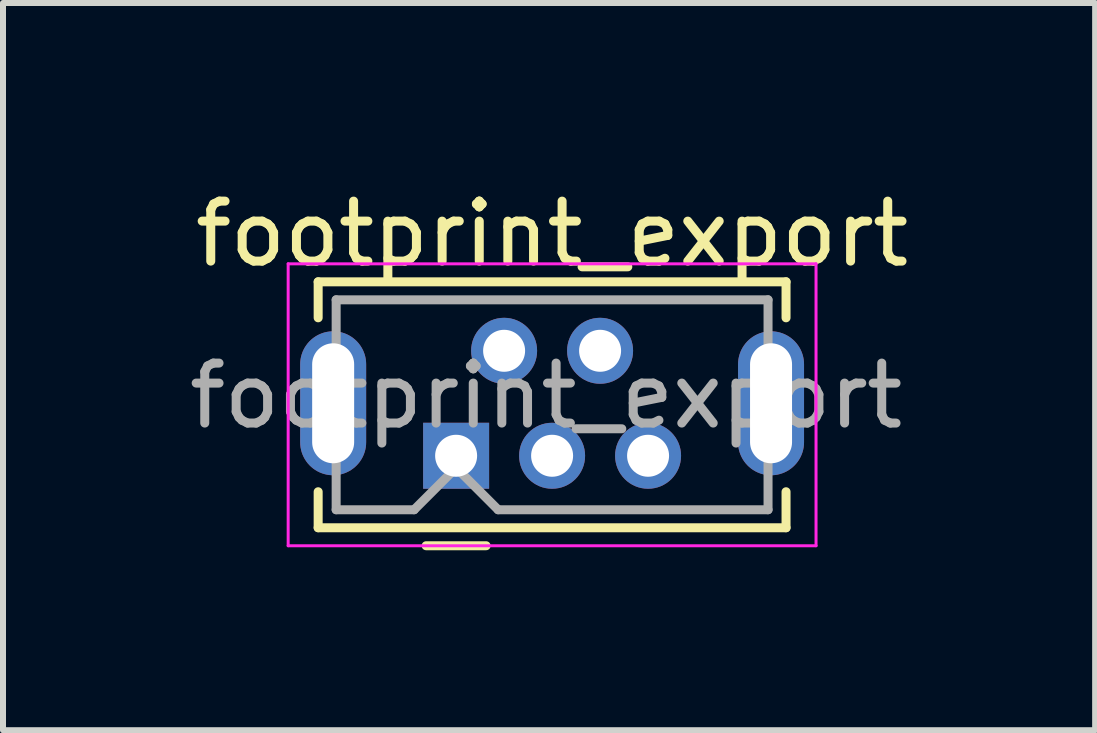
<source format=kicad_pcb>
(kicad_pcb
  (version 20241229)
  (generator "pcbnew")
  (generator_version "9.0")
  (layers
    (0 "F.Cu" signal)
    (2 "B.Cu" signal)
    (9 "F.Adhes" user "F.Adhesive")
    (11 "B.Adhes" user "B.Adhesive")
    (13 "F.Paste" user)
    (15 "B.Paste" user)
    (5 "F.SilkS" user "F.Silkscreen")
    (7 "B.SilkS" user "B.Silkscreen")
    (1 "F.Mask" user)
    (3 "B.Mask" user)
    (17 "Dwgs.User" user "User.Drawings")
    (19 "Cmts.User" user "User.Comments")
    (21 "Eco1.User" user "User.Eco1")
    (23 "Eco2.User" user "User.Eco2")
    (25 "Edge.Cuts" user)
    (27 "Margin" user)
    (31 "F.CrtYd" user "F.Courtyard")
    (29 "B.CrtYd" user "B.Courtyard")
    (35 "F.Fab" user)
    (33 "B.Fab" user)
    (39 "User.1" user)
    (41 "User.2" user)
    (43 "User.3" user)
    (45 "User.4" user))
  (footprint "footprint_export"
    (layer "F.Cu")
    (at 4.554 4.548)
    (property "Reference" "footprint_export" (at 1.6 -3.7 0) (layer "F.SilkS") (effects (font (size 1 1) (thickness 0.15))))
    (attr through_hole)
    (fp_line (start -2.3 -2.9) (end 5.5 -2.9) (stroke (width 0.15) (type solid)) (layer "F.SilkS"))
    (fp_line (start -2.3 -2.3) (end -2.3 -2.9) (stroke (width 0.15) (type solid)) (layer "F.SilkS"))
    (fp_line (start -2.3 0.6) (end -2.3 1.2) (stroke (width 0.15) (type solid)) (layer "F.SilkS"))
    (fp_line (start -2.3 1.2) (end 5.5 1.2) (stroke (width 0.15) (type solid)) (layer "F.SilkS"))
    (fp_line (start -0.5 1.5) (end 0.5 1.5) (stroke (width 0.15) (type solid)) (layer "F.SilkS"))
    (fp_line (start 5.5 -2.9) (end 5.5 -2.3) (stroke (width 0.15) (type solid)) (layer "F.SilkS"))
    (fp_line (start 5.5 1.2) (end 5.5 0.6) (stroke (width 0.15) (type solid)) (layer "F.SilkS"))
    (fp_line (start -2.8 -3.2) (end -2.8 1.5) (stroke (width 0.05) (type solid)) (layer "F.CrtYd"))
    (fp_line (start -2.8 1.5) (end 6 1.5) (stroke (width 0.05) (type solid)) (layer "F.CrtYd"))
    (fp_line (start 6 -3.2) (end -2.8 -3.2) (stroke (width 0.05) (type solid)) (layer "F.CrtYd"))
    (fp_line (start 6 1.5) (end 6 -3.2) (stroke (width 0.05) (type solid)) (layer "F.CrtYd"))
    (fp_line (start -2 0.9) (end -2 -2.6) (stroke (width 0.15) (type solid)) (layer "F.Fab"))
    (fp_line (start -2 0.9) (end -0.7 0.9) (stroke (width 0.15) (type solid)) (layer "F.Fab"))
    (fp_line (start -0.7 0.9) (end 0 0.2) (stroke (width 0.15) (type solid)) (layer "F.Fab"))
    (fp_line (start 0 0.2) (end 0.7 0.9) (stroke (width 0.15) (type solid)) (layer "F.Fab"))
    (fp_line (start 0.7 0.9) (end 5.2 0.9) (stroke (width 0.15) (type solid)) (layer "F.Fab"))
    (fp_line (start 5.2 -2.6) (end -2 -2.6) (stroke (width 0.15) (type solid)) (layer "F.Fab"))
    (fp_line (start 5.2 -2.6) (end 5.2 0.9) (stroke (width 0.15) (type solid)) (layer "F.Fab"))
    (fp_text user "${REFERENCE}" (at 1.5 -1 0) (layer "F.Fab") (effects (font (size 1 1) (thickness 0.15))))
    (pad "1" thru_hole rect (at 0 0) (size 1.1 1.1) (drill 0.7) (layers "*.Cu" "*.Mask"))
    (pad "2" thru_hole circle (at 0.8 -1.75) (size 1.1 1.1) (drill 0.7) (layers "*.Cu" "*.Mask"))
    (pad "3" thru_hole circle (at 1.6 0) (size 1.1 1.1) (drill 0.7) (layers "*.Cu" "*.Mask"))
    (pad "4" thru_hole circle (at 2.4 -1.75) (size 1.1 1.1) (drill 0.7) (layers "*.Cu" "*.Mask"))
    (pad "5" thru_hole circle (at 3.2 0) (size 1.1 1.1) (drill 0.7) (layers "*.Cu" "*.Mask"))
    (pad "6" thru_hole oval (at -2.05 -0.875) (size 1.1 2.4) (drill oval 0.7 2) (layers "*.Cu" "*.Mask"))
    (pad "6" thru_hole oval (at 5.25 -0.875) (size 1.1 2.4) (drill oval 0.7 2) (layers "*.Cu" "*.Mask")))
  (gr_rect
    (start -3 -3)
    (end 15.207 9.123)
    (stroke (width 0.1) (type default))
    (fill no)
    (layer "Edge.Cuts")))
</source>
